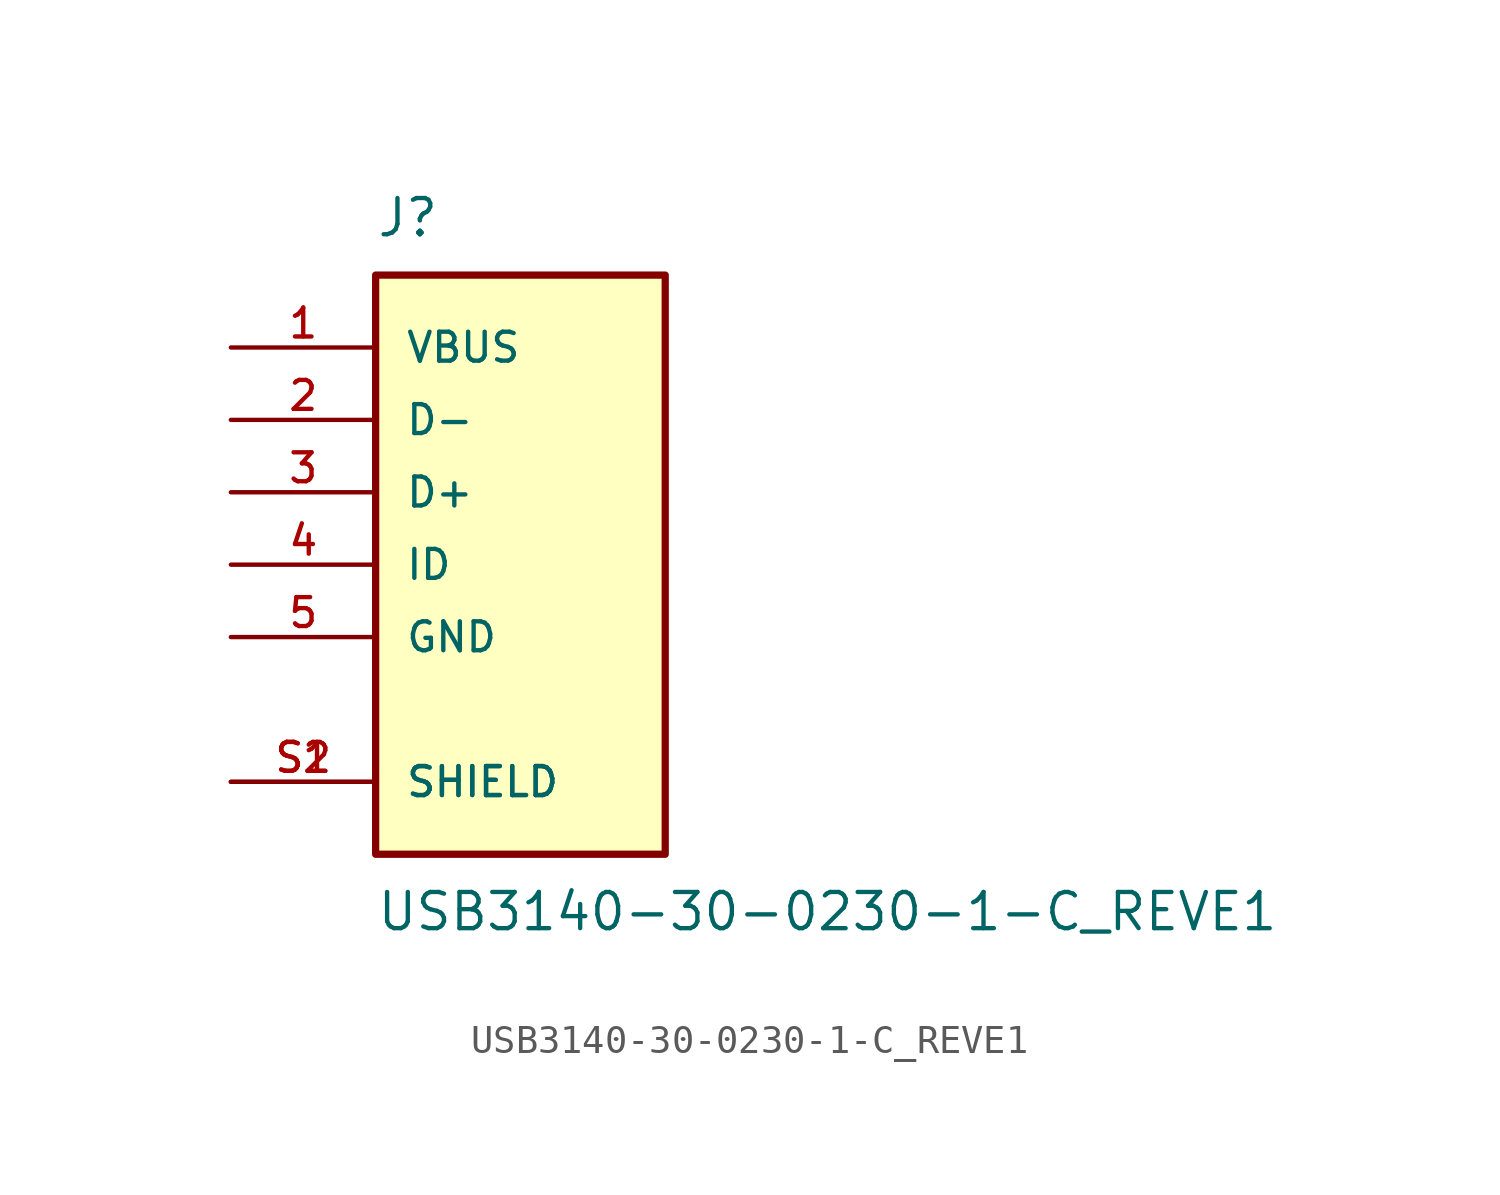
<source format=kicad_sym>
(kicad_symbol_lib
  (version 20211014)
  (generator kicad_symbol_editor)
  (symbol "USB3140-30-0230-1-C_REVE1"
    (pin_names
      (offset 1.016))
    (property "Reference" "J"
      (at -5.08 11.43 0)
      (effects (font (size 1.27 1.27)) (justify bottom left)))
    (property "Value" "USB3140-30-0230-1-C_REVE1"
      (at -5.08 -11.43 0)
      (effects (font (size 1.27 1.27)) (justify top left)))
    (symbol "USB3140-30-0230-1-C_REVE1_0_0"
      (rectangle (start -5.08 -10.16) (end 5.08 10.16) (stroke (width 0.254)) (fill (type background)))
      (pin power_in line (at -10.16 7.62 0) (length 5.08) (name "VBUS" (effects (font (size 1.016 1.016)))) (number "1" (effects (font (size 1.016 1.016)))))
      (pin bidirectional line (at -10.16 5.08 0) (length 5.08) (name "D-" (effects (font (size 1.016 1.016)))) (number "2" (effects (font (size 1.016 1.016)))))
      (pin bidirectional line (at -10.16 2.54 0) (length 5.08) (name "D+" (effects (font (size 1.016 1.016)))) (number "3" (effects (font (size 1.016 1.016)))))
      (pin power_in line (at -10.16 -2.54 0) (length 5.08) (name "GND" (effects (font (size 1.016 1.016)))) (number "5" (effects (font (size 1.016 1.016)))))
      (pin passive line (at -10.16 -7.62 0) (length 5.08) (name "SHIELD" (effects (font (size 1.016 1.016)))) (number "S1" (effects (font (size 1.016 1.016)))))
      (pin passive line (at -10.16 -7.62 0) (length 5.08) (name "SHIELD" (effects (font (size 1.016 1.016)))) (number "S2" (effects (font (size 1.016 1.016)))))
      (pin passive line (at -10.16 0.0 0) (length 5.08) (name "ID" (effects (font (size 1.016 1.016)))) (number "4" (effects (font (size 1.016 1.016))))))))
</source>
